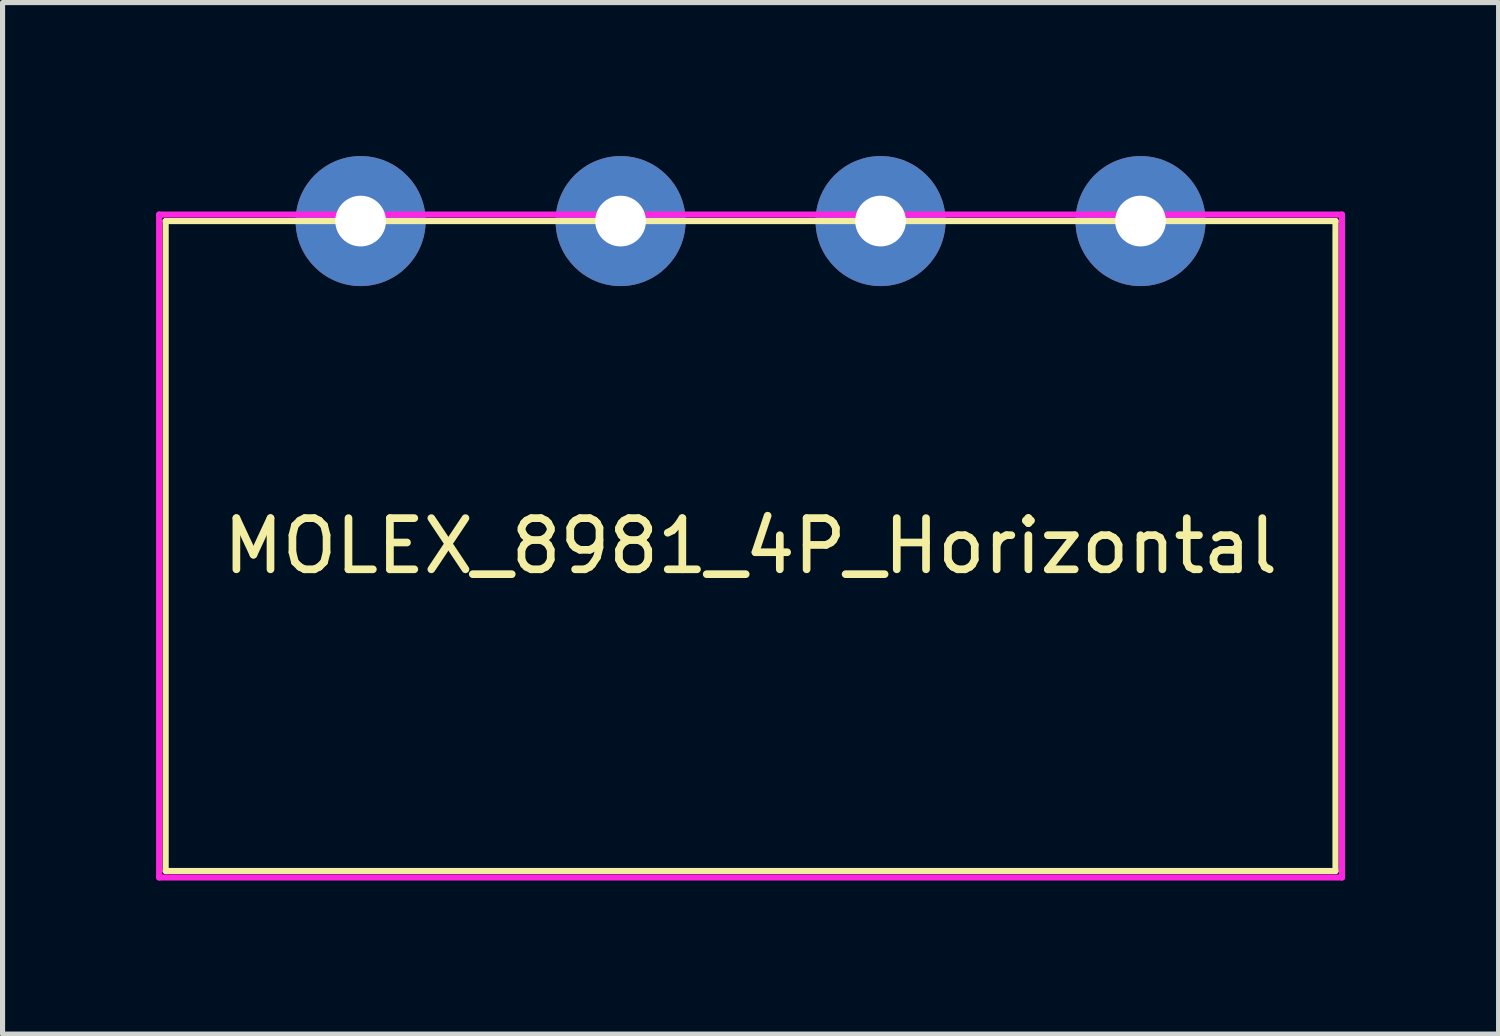
<source format=kicad_pcb>
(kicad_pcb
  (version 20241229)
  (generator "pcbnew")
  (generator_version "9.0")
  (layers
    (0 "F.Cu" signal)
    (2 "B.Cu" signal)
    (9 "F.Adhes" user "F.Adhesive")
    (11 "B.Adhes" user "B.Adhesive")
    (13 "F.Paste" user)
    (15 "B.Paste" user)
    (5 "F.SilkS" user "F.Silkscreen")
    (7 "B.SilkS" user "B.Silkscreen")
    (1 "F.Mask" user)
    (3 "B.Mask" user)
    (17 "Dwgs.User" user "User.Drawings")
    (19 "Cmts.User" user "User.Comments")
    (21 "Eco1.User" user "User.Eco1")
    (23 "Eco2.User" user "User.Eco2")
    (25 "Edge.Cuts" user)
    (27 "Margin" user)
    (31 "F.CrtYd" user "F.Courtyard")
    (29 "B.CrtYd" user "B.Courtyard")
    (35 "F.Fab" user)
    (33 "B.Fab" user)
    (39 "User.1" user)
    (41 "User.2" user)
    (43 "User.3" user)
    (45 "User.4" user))
  (footprint "MOLEX_8981_4P_Horizontal"
    (layer "F.Cu")
    (at 3.997 1.27)
    (property "Reference" "MOLEX_8981_4P_Horizontal" (at 7.62 6.35 0) (layer "F.SilkS") (effects (font (size 1 1) (thickness 0.15))))
    (attr through_hole)
    (fp_line (start -3.81 0) (end -3.81 12.7) (stroke (width 0.12) (type solid)) (layer "F.SilkS"))
    (fp_line (start -3.81 12.7) (end 19.05 12.7) (stroke (width 0.12) (type solid)) (layer "F.SilkS"))
    (fp_line (start 19.05 0) (end -3.81 0) (stroke (width 0.12) (type solid)) (layer "F.SilkS"))
    (fp_line (start 19.05 12.7) (end 19.05 0) (stroke (width 0.12) (type solid)) (layer "F.SilkS"))
    (fp_line (start -3.937 -0.127) (end -3.937 12.827) (stroke (width 0.12) (type solid)) (layer "F.CrtYd"))
    (fp_line (start -3.937 12.827) (end 19.177 12.827) (stroke (width 0.12) (type solid)) (layer "F.CrtYd"))
    (fp_line (start 19.177 -0.127) (end -3.937 -0.127) (stroke (width 0.12) (type solid)) (layer "F.CrtYd"))
    (fp_line (start 19.177 12.827) (end 19.177 -0.127) (stroke (width 0.12) (type solid)) (layer "F.CrtYd"))
    (pad "1" thru_hole circle (at 0 0) (size 2.54 2.54) (drill 0.991) (layers "*.Cu" "*.Mask"))
    (pad "2" thru_hole circle (at 5.08 0) (size 2.54 2.54) (drill 0.991) (layers "*.Cu" "*.Mask"))
    (pad "3" thru_hole circle (at 10.16 0) (size 2.54 2.54) (drill 0.991) (layers "*.Cu" "*.Mask"))
    (pad "4" thru_hole circle (at 15.24 0) (size 2.54 2.54) (drill 0.991) (layers "*.Cu" "*.Mask")))
  (gr_rect
    (start -3 -3)
    (end 26.234 17.157)
    (stroke (width 0.1) (type default))
    (fill no)
    (layer "Edge.Cuts")))
</source>
